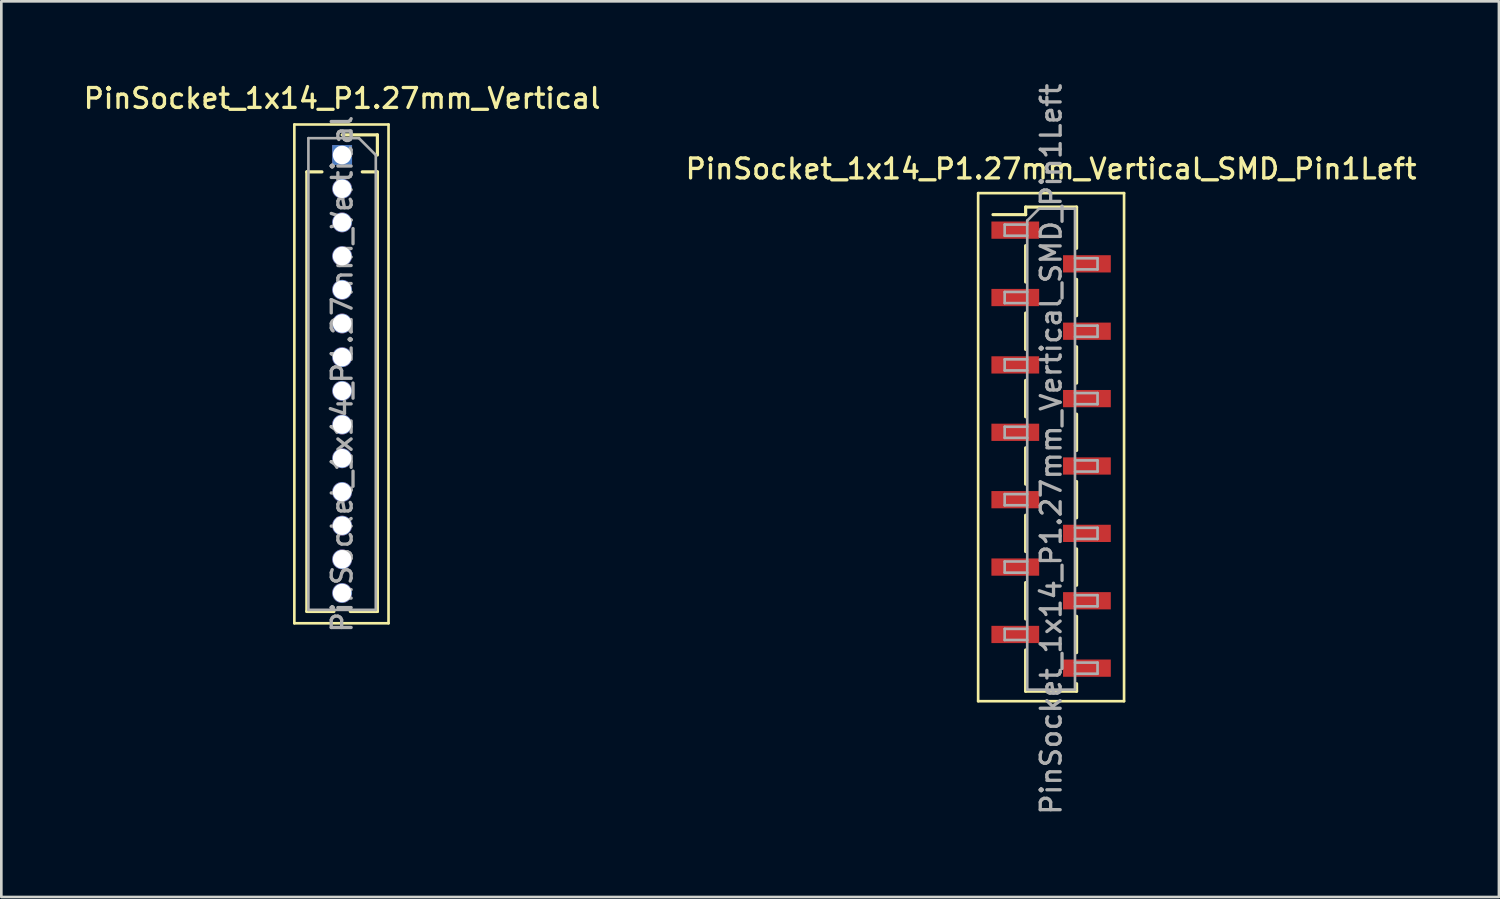
<source format=kicad_pcb>
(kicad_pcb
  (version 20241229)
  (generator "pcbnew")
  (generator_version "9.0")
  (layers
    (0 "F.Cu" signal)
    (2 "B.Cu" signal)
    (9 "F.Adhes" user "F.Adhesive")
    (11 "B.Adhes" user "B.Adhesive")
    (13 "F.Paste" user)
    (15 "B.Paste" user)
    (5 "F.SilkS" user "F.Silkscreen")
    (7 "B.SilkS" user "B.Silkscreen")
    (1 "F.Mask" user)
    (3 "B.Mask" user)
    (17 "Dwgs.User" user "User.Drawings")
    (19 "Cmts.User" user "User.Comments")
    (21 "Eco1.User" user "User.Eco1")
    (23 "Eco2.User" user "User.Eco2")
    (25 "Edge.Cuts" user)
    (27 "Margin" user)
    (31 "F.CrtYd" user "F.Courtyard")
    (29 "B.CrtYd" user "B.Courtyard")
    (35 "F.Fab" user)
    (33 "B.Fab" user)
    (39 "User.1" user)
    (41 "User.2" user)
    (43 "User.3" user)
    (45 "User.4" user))
  (footprint "PinSocket_1x14_P1.27mm_Vertical"
    (layer "F.Cu")
    (at 9.845 2.793)
    (property "Reference" "PinSocket_1x14_P1.27mm_Vertical" (at 0 -2.135 0) (layer "F.SilkS") (effects (font (size 0.75 0.75) (thickness 0.125))))
    (attr through_hole)
    (fp_line (start -1.8 -1.15) (end 1.75 -1.15) (stroke (width 0.1) (type solid)) (layer "F.SilkS"))
    (fp_line (start -1.8 17.65) (end -1.8 -1.15) (stroke (width 0.1) (type solid)) (layer "F.SilkS"))
    (fp_line (start -1.33 0.635) (end -1.33 17.205) (stroke (width 0.12) (type solid)) (layer "F.SilkS"))
    (fp_line (start -1.33 0.635) (end -0.76 0.635) (stroke (width 0.12) (type solid)) (layer "F.SilkS"))
    (fp_line (start -1.33 17.205) (end -0.308 17.205) (stroke (width 0.12) (type solid)) (layer "F.SilkS"))
    (fp_line (start 0 -0.76) (end 1.33 -0.76) (stroke (width 0.12) (type solid)) (layer "F.SilkS"))
    (fp_line (start 0.308 17.205) (end 1.33 17.205) (stroke (width 0.12) (type solid)) (layer "F.SilkS"))
    (fp_line (start 0.76 0.635) (end 1.33 0.635) (stroke (width 0.12) (type solid)) (layer "F.SilkS"))
    (fp_line (start 1.33 -0.76) (end 1.33 0) (stroke (width 0.12) (type solid)) (layer "F.SilkS"))
    (fp_line (start 1.33 0.635) (end 1.33 17.205) (stroke (width 0.12) (type solid)) (layer "F.SilkS"))
    (fp_line (start 1.75 -1.15) (end 1.75 17.65) (stroke (width 0.1) (type solid)) (layer "F.SilkS"))
    (fp_line (start 1.75 17.65) (end -1.8 17.65) (stroke (width 0.1) (type solid)) (layer "F.SilkS"))
    (fp_line (start -1.27 -0.635) (end 0.635 -0.635) (stroke (width 0.1) (type solid)) (layer "F.Fab"))
    (fp_line (start -1.27 17.145) (end -1.27 -0.635) (stroke (width 0.1) (type solid)) (layer "F.Fab"))
    (fp_line (start 0.635 -0.635) (end 1.27 0) (stroke (width 0.1) (type solid)) (layer "F.Fab"))
    (fp_line (start 1.27 0) (end 1.27 17.145) (stroke (width 0.1) (type solid)) (layer "F.Fab"))
    (fp_line (start 1.27 17.145) (end -1.27 17.145) (stroke (width 0.1) (type solid)) (layer "F.Fab"))
    (fp_text user "${REFERENCE}" (at 0 8.255 90) (layer "F.Fab") (effects (font (size 0.75 0.75) (thickness 0.125))))
    (pad "1" thru_hole rect (at 0 0) (size 0.75 0.75) (drill 0.7) (layers "*.Cu" "*.Mask"))
    (pad "2" thru_hole oval (at 0 1.27) (size 0.75 0.75) (drill 0.7) (layers "*.Cu" "*.Mask"))
    (pad "3" thru_hole oval (at 0 2.54) (size 0.75 0.75) (drill 0.7) (layers "*.Cu" "*.Mask"))
    (pad "4" thru_hole oval (at 0 3.81) (size 0.75 0.75) (drill 0.7) (layers "*.Cu" "*.Mask"))
    (pad "5" thru_hole oval (at 0 5.08) (size 0.75 0.75) (drill 0.7) (layers "*.Cu" "*.Mask"))
    (pad "6" thru_hole oval (at 0 6.35) (size 0.75 0.75) (drill 0.7) (layers "*.Cu" "*.Mask"))
    (pad "7" thru_hole oval (at 0 7.62) (size 0.75 0.75) (drill 0.7) (layers "*.Cu" "*.Mask"))
    (pad "8" thru_hole oval (at 0 8.89) (size 0.75 0.75) (drill 0.7) (layers "*.Cu" "*.Mask"))
    (pad "9" thru_hole oval (at 0 10.16) (size 0.75 0.75) (drill 0.7) (layers "*.Cu" "*.Mask"))
    (pad "10" thru_hole oval (at 0 11.43) (size 0.75 0.75) (drill 0.7) (layers "*.Cu" "*.Mask"))
    (pad "11" thru_hole oval (at 0 12.7) (size 0.75 0.75) (drill 0.7) (layers "*.Cu" "*.Mask"))
    (pad "12" thru_hole oval (at 0 13.97) (size 0.75 0.75) (drill 0.7) (layers "*.Cu" "*.Mask"))
    (pad "13" thru_hole oval (at 0 15.24) (size 0.75 0.75) (drill 0.7) (layers "*.Cu" "*.Mask"))
    (pad "14" thru_hole oval (at 0 16.51) (size 0.75 0.75) (drill 0.7) (layers "*.Cu" "*.Mask")))
  (footprint "PinSocket_1x14_P1.27mm_Vertical_SMD_Pin1Left"
    (layer "F.Cu")
    (at 36.57 13.88)
    (property "Reference" "PinSocket_1x14_P1.27mm_Vertical_SMD_Pin1Left" (at 0 -10.565 0) (layer "F.SilkS") (effects (font (size 0.75 0.75) (thickness 0.125))))
    (attr smd)
    (fp_line (start -2.75 -9.65) (end 2.75 -9.65) (stroke (width 0.1) (type solid)) (layer "F.SilkS"))
    (fp_line (start -2.75 9.5) (end -2.75 -9.65) (stroke (width 0.1) (type solid)) (layer "F.SilkS"))
    (fp_line (start -2.19 -8.84) (end -0.96 -8.84) (stroke (width 0.12) (type solid)) (layer "F.SilkS"))
    (fp_line (start -0.96 -9.125) (end -0.96 -8.84) (stroke (width 0.12) (type solid)) (layer "F.SilkS"))
    (fp_line (start -0.96 -9.125) (end 0.96 -9.125) (stroke (width 0.12) (type solid)) (layer "F.SilkS"))
    (fp_line (start -0.96 -7.67) (end -0.96 -6.3) (stroke (width 0.12) (type solid)) (layer "F.SilkS"))
    (fp_line (start -0.96 -5.13) (end -0.96 -3.76) (stroke (width 0.12) (type solid)) (layer "F.SilkS"))
    (fp_line (start -0.96 -2.59) (end -0.96 -1.22) (stroke (width 0.12) (type solid)) (layer "F.SilkS"))
    (fp_line (start -0.96 -0.05) (end -0.96 1.32) (stroke (width 0.12) (type solid)) (layer "F.SilkS"))
    (fp_line (start -0.96 2.49) (end -0.96 3.86) (stroke (width 0.12) (type solid)) (layer "F.SilkS"))
    (fp_line (start -0.96 5.03) (end -0.96 6.4) (stroke (width 0.12) (type solid)) (layer "F.SilkS"))
    (fp_line (start -0.96 7.57) (end -0.96 9.125) (stroke (width 0.12) (type solid)) (layer "F.SilkS"))
    (fp_line (start -0.96 9.125) (end 0.96 9.125) (stroke (width 0.12) (type solid)) (layer "F.SilkS"))
    (fp_line (start 0.96 -9.125) (end 0.96 -7.57) (stroke (width 0.12) (type solid)) (layer "F.SilkS"))
    (fp_line (start 0.96 -6.4) (end 0.96 -5.03) (stroke (width 0.12) (type solid)) (layer "F.SilkS"))
    (fp_line (start 0.96 -3.86) (end 0.96 -2.49) (stroke (width 0.12) (type solid)) (layer "F.SilkS"))
    (fp_line (start 0.96 -1.32) (end 0.96 0.05) (stroke (width 0.12) (type solid)) (layer "F.SilkS"))
    (fp_line (start 0.96 1.22) (end 0.96 2.59) (stroke (width 0.12) (type solid)) (layer "F.SilkS"))
    (fp_line (start 0.96 3.76) (end 0.96 5.13) (stroke (width 0.12) (type solid)) (layer "F.SilkS"))
    (fp_line (start 0.96 6.3) (end 0.96 7.67) (stroke (width 0.12) (type solid)) (layer "F.SilkS"))
    (fp_line (start 0.96 8.84) (end 0.96 9.125) (stroke (width 0.12) (type solid)) (layer "F.SilkS"))
    (fp_line (start 2.75 -9.65) (end 2.75 9.5) (stroke (width 0.1) (type solid)) (layer "F.SilkS"))
    (fp_line (start 2.75 9.5) (end -2.75 9.5) (stroke (width 0.1) (type solid)) (layer "F.SilkS"))
    (fp_line (start -1.75 -8.465) (end -0.9 -8.465) (stroke (width 0.1) (type solid)) (layer "F.Fab"))
    (fp_line (start -1.75 -8.045) (end -1.75 -8.465) (stroke (width 0.1) (type solid)) (layer "F.Fab"))
    (fp_line (start -1.75 -5.925) (end -0.9 -5.925) (stroke (width 0.1) (type solid)) (layer "F.Fab"))
    (fp_line (start -1.75 -5.505) (end -1.75 -5.925) (stroke (width 0.1) (type solid)) (layer "F.Fab"))
    (fp_line (start -1.75 -3.385) (end -0.9 -3.385) (stroke (width 0.1) (type solid)) (layer "F.Fab"))
    (fp_line (start -1.75 -2.965) (end -1.75 -3.385) (stroke (width 0.1) (type solid)) (layer "F.Fab"))
    (fp_line (start -1.75 -0.845) (end -0.9 -0.845) (stroke (width 0.1) (type solid)) (layer "F.Fab"))
    (fp_line (start -1.75 -0.425) (end -1.75 -0.845) (stroke (width 0.1) (type solid)) (layer "F.Fab"))
    (fp_line (start -1.75 1.695) (end -0.9 1.695) (stroke (width 0.1) (type solid)) (layer "F.Fab"))
    (fp_line (start -1.75 2.115) (end -1.75 1.695) (stroke (width 0.1) (type solid)) (layer "F.Fab"))
    (fp_line (start -1.75 4.235) (end -0.9 4.235) (stroke (width 0.1) (type solid)) (layer "F.Fab"))
    (fp_line (start -1.75 4.655) (end -1.75 4.235) (stroke (width 0.1) (type solid)) (layer "F.Fab"))
    (fp_line (start -1.75 6.775) (end -0.9 6.775) (stroke (width 0.1) (type solid)) (layer "F.Fab"))
    (fp_line (start -1.75 7.195) (end -1.75 6.775) (stroke (width 0.1) (type solid)) (layer "F.Fab"))
    (fp_line (start -0.9 -8.615) (end -0.45 -9.065) (stroke (width 0.1) (type solid)) (layer "F.Fab"))
    (fp_line (start -0.9 -8.045) (end -1.75 -8.045) (stroke (width 0.1) (type solid)) (layer "F.Fab"))
    (fp_line (start -0.9 -5.505) (end -1.75 -5.505) (stroke (width 0.1) (type solid)) (layer "F.Fab"))
    (fp_line (start -0.9 -2.965) (end -1.75 -2.965) (stroke (width 0.1) (type solid)) (layer "F.Fab"))
    (fp_line (start -0.9 -0.425) (end -1.75 -0.425) (stroke (width 0.1) (type solid)) (layer "F.Fab"))
    (fp_line (start -0.9 2.115) (end -1.75 2.115) (stroke (width 0.1) (type solid)) (layer "F.Fab"))
    (fp_line (start -0.9 4.655) (end -1.75 4.655) (stroke (width 0.1) (type solid)) (layer "F.Fab"))
    (fp_line (start -0.9 7.195) (end -1.75 7.195) (stroke (width 0.1) (type solid)) (layer "F.Fab"))
    (fp_line (start -0.9 9.065) (end -0.9 -8.615) (stroke (width 0.1) (type solid)) (layer "F.Fab"))
    (fp_line (start -0.45 -9.065) (end 0.9 -9.065) (stroke (width 0.1) (type solid)) (layer "F.Fab"))
    (fp_line (start 0.9 -9.065) (end 0.9 9.065) (stroke (width 0.1) (type solid)) (layer "F.Fab"))
    (fp_line (start 0.9 -7.195) (end 1.75 -7.195) (stroke (width 0.1) (type solid)) (layer "F.Fab"))
    (fp_line (start 0.9 -4.655) (end 1.75 -4.655) (stroke (width 0.1) (type solid)) (layer "F.Fab"))
    (fp_line (start 0.9 -2.115) (end 1.75 -2.115) (stroke (width 0.1) (type solid)) (layer "F.Fab"))
    (fp_line (start 0.9 0.425) (end 1.75 0.425) (stroke (width 0.1) (type solid)) (layer "F.Fab"))
    (fp_line (start 0.9 2.965) (end 1.75 2.965) (stroke (width 0.1) (type solid)) (layer "F.Fab"))
    (fp_line (start 0.9 5.505) (end 1.75 5.505) (stroke (width 0.1) (type solid)) (layer "F.Fab"))
    (fp_line (start 0.9 8.045) (end 1.75 8.045) (stroke (width 0.1) (type solid)) (layer "F.Fab"))
    (fp_line (start 0.9 9.065) (end -0.9 9.065) (stroke (width 0.1) (type solid)) (layer "F.Fab"))
    (fp_line (start 1.75 -7.195) (end 1.75 -6.775) (stroke (width 0.1) (type solid)) (layer "F.Fab"))
    (fp_line (start 1.75 -6.775) (end 0.9 -6.775) (stroke (width 0.1) (type solid)) (layer "F.Fab"))
    (fp_line (start 1.75 -4.655) (end 1.75 -4.235) (stroke (width 0.1) (type solid)) (layer "F.Fab"))
    (fp_line (start 1.75 -4.235) (end 0.9 -4.235) (stroke (width 0.1) (type solid)) (layer "F.Fab"))
    (fp_line (start 1.75 -2.115) (end 1.75 -1.695) (stroke (width 0.1) (type solid)) (layer "F.Fab"))
    (fp_line (start 1.75 -1.695) (end 0.9 -1.695) (stroke (width 0.1) (type solid)) (layer "F.Fab"))
    (fp_line (start 1.75 0.425) (end 1.75 0.845) (stroke (width 0.1) (type solid)) (layer "F.Fab"))
    (fp_line (start 1.75 0.845) (end 0.9 0.845) (stroke (width 0.1) (type solid)) (layer "F.Fab"))
    (fp_line (start 1.75 2.965) (end 1.75 3.385) (stroke (width 0.1) (type solid)) (layer "F.Fab"))
    (fp_line (start 1.75 3.385) (end 0.9 3.385) (stroke (width 0.1) (type solid)) (layer "F.Fab"))
    (fp_line (start 1.75 5.505) (end 1.75 5.925) (stroke (width 0.1) (type solid)) (layer "F.Fab"))
    (fp_line (start 1.75 5.925) (end 0.9 5.925) (stroke (width 0.1) (type solid)) (layer "F.Fab"))
    (fp_line (start 1.75 8.045) (end 1.75 8.465) (stroke (width 0.1) (type solid)) (layer "F.Fab"))
    (fp_line (start 1.75 8.465) (end 0.9 8.465) (stroke (width 0.1) (type solid)) (layer "F.Fab"))
    (fp_text user "${REFERENCE}" (at 0 0 90) (layer "F.Fab") (effects (font (size 0.75 0.75) (thickness 0.125))))
    (pad "1" smd rect (at -1.35 -8.255) (size 1.8 0.65) (layers "F.Cu" "F.Mask" "F.Paste"))
    (pad "2" smd rect (at 1.35 -6.985) (size 1.8 0.65) (layers "F.Cu" "F.Mask" "F.Paste"))
    (pad "3" smd rect (at -1.35 -5.715) (size 1.8 0.65) (layers "F.Cu" "F.Mask" "F.Paste"))
    (pad "4" smd rect (at 1.35 -4.445) (size 1.8 0.65) (layers "F.Cu" "F.Mask" "F.Paste"))
    (pad "5" smd rect (at -1.35 -3.175) (size 1.8 0.65) (layers "F.Cu" "F.Mask" "F.Paste"))
    (pad "6" smd rect (at 1.35 -1.905) (size 1.8 0.65) (layers "F.Cu" "F.Mask" "F.Paste"))
    (pad "7" smd rect (at -1.35 -0.635) (size 1.8 0.65) (layers "F.Cu" "F.Mask" "F.Paste"))
    (pad "8" smd rect (at 1.35 0.635) (size 1.8 0.65) (layers "F.Cu" "F.Mask" "F.Paste"))
    (pad "9" smd rect (at -1.35 1.905) (size 1.8 0.65) (layers "F.Cu" "F.Mask" "F.Paste"))
    (pad "10" smd rect (at 1.35 3.175) (size 1.8 0.65) (layers "F.Cu" "F.Mask" "F.Paste"))
    (pad "11" smd rect (at -1.35 4.445) (size 1.8 0.65) (layers "F.Cu" "F.Mask" "F.Paste"))
    (pad "12" smd rect (at 1.35 5.715) (size 1.8 0.65) (layers "F.Cu" "F.Mask" "F.Paste"))
    (pad "13" smd rect (at -1.35 6.985) (size 1.8 0.65) (layers "F.Cu" "F.Mask" "F.Paste"))
    (pad "14" smd rect (at 1.35 8.255) (size 1.8 0.65) (layers "F.Cu" "F.Mask" "F.Paste")))
  (gr_rect
    (start -3 -3)
    (end 53.45 30.761)
    (stroke (width 0.1) (type default))
    (fill no)
    (layer "Edge.Cuts")))
</source>
